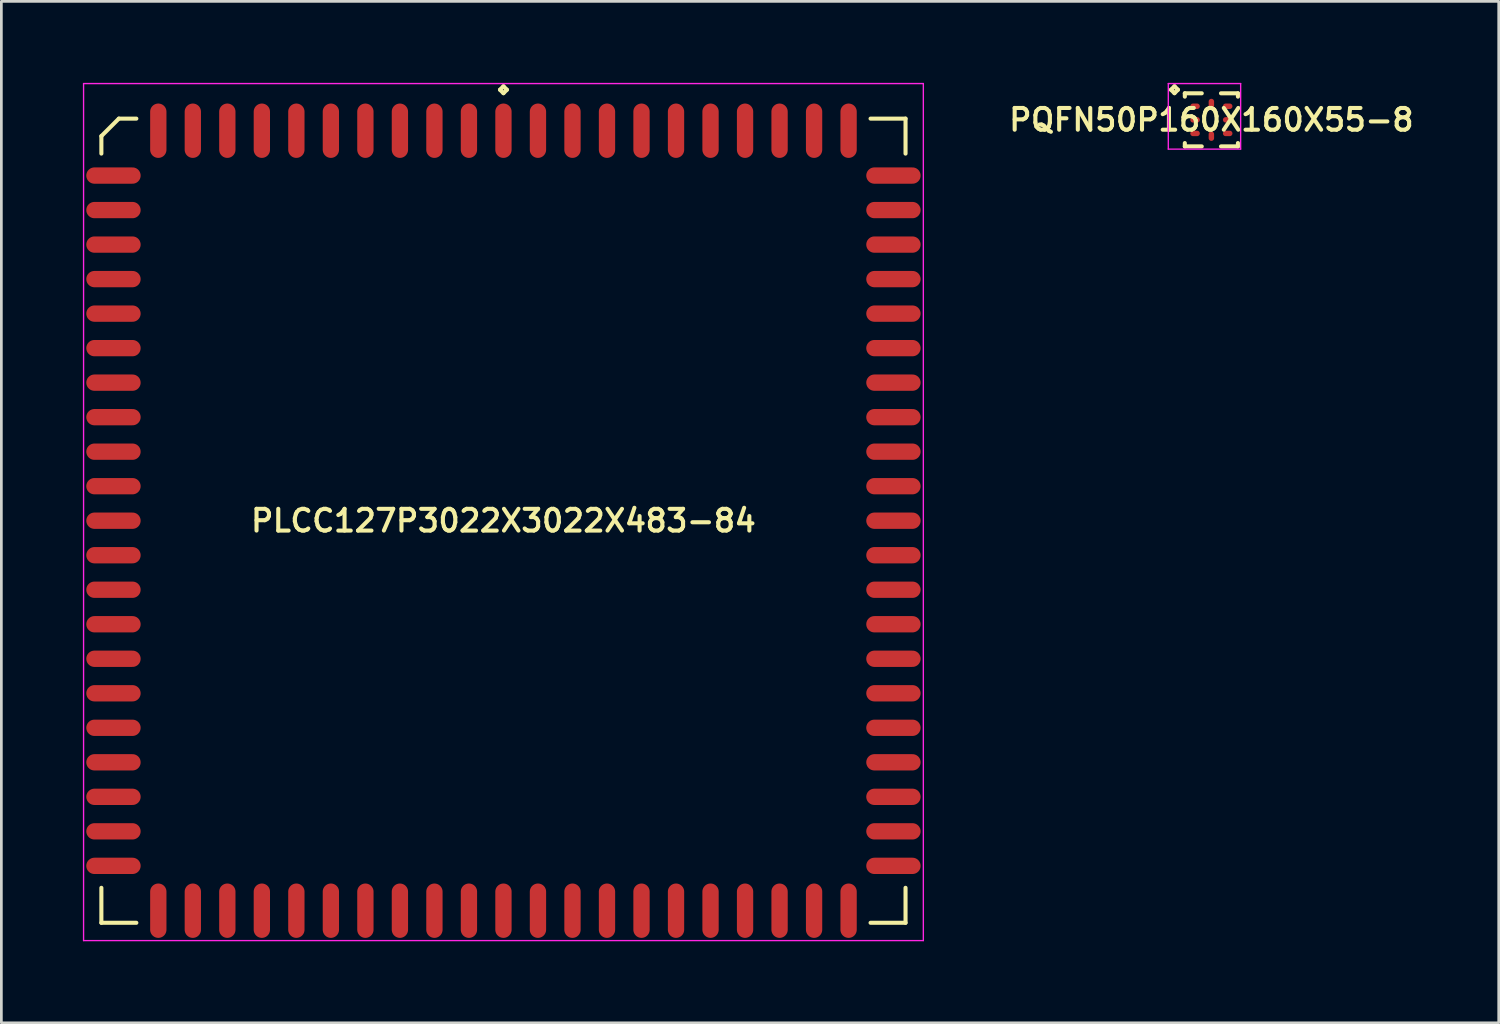
<source format=kicad_pcb>
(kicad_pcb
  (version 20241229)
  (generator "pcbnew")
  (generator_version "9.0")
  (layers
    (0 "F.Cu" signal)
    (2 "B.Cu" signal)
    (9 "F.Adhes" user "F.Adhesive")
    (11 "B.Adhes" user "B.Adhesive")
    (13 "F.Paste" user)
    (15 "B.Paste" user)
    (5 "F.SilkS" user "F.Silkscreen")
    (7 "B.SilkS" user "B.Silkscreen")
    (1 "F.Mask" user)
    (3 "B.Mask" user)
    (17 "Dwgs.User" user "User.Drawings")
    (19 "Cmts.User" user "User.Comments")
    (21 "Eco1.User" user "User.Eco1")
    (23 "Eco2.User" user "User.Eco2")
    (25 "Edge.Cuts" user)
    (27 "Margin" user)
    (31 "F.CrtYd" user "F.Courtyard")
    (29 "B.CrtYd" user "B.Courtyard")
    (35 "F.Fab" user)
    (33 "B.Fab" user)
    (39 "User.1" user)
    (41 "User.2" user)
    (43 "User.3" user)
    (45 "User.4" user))
  (footprint "PQFN50P160X160X55-8"
    (layer "F.Cu")
    (at 41.524 1.36)
    (property "Reference" "PQFN50P160X160X55-8" (at 0 0 0) (layer "F.SilkS") (effects (font (size 0.8 0.8) (thickness 0.15))))
    (attr smd)
    (fp_line (start -1.485 -1.108) (end -1.358 -1.235) (stroke (width 0.15) (type solid)) (layer "F.SilkS"))
    (fp_line (start -1.358 -1.235) (end -1.231 -1.108) (stroke (width 0.15) (type solid)) (layer "F.SilkS"))
    (fp_line (start -1.358 -0.981) (end -1.485 -1.108) (stroke (width 0.15) (type solid)) (layer "F.SilkS"))
    (fp_line (start -1.231 -1.108) (end -1.358 -0.981) (stroke (width 0.15) (type solid)) (layer "F.SilkS"))
    (fp_line (start -0.977 -0.977) (end -0.354 -0.977) (stroke (width 0.15) (type solid)) (layer "F.SilkS"))
    (fp_line (start -0.977 -0.854) (end -0.977 -0.977) (stroke (width 0.15) (type solid)) (layer "F.SilkS"))
    (fp_line (start -0.977 0.854) (end -0.977 0.977) (stroke (width 0.15) (type solid)) (layer "F.SilkS"))
    (fp_line (start -0.977 0.977) (end -0.354 0.977) (stroke (width 0.15) (type solid)) (layer "F.SilkS"))
    (fp_line (start 0.354 -0.977) (end 0.977 -0.977) (stroke (width 0.15) (type solid)) (layer "F.SilkS"))
    (fp_line (start 0.354 0.977) (end 0.977 0.977) (stroke (width 0.15) (type solid)) (layer "F.SilkS"))
    (fp_line (start 0.977 -0.977) (end 0.977 -0.854) (stroke (width 0.15) (type solid)) (layer "F.SilkS"))
    (fp_line (start 0.977 0.977) (end 0.977 0.854) (stroke (width 0.15) (type solid)) (layer "F.SilkS"))
    (fp_line (start -1.585 -1.335) (end 1.077 -1.335) (stroke (width 0.05) (type solid)) (layer "F.CrtYd"))
    (fp_line (start -1.585 1.077) (end -1.585 -1.335) (stroke (width 0.05) (type solid)) (layer "F.CrtYd"))
    (fp_line (start 1.077 -1.335) (end 1.077 1.077) (stroke (width 0.05) (type solid)) (layer "F.CrtYd"))
    (fp_line (start 1.077 1.077) (end -1.585 1.077) (stroke (width 0.05) (type solid)) (layer "F.CrtYd"))
    (pad "1" smd oval (at -0.6 -0.5) (size 0.35 0.2) (layers "F.Cu" "F.Mask" "F.Paste"))
    (pad "2" smd oval (at -0.6 0) (size 0.35 0.2) (layers "F.Cu" "F.Mask" "F.Paste"))
    (pad "3" smd oval (at -0.6 0.5) (size 0.35 0.2) (layers "F.Cu" "F.Mask" "F.Paste"))
    (pad "4" smd oval (at 0 0.6) (size 0.2 0.35) (layers "F.Cu" "F.Mask" "F.Paste"))
    (pad "5" smd oval (at 0.6 0.5) (size 0.35 0.2) (layers "F.Cu" "F.Mask" "F.Paste"))
    (pad "6" smd oval (at 0.6 0) (size 0.35 0.2) (layers "F.Cu" "F.Mask" "F.Paste"))
    (pad "7" smd oval (at 0.6 -0.5) (size 0.35 0.2) (layers "F.Cu" "F.Mask" "F.Paste"))
    (pad "8" smd oval (at 0 -0.6) (size 0.2 0.35) (layers "F.Cu" "F.Mask" "F.Paste")))
  (footprint "PLCC127P3022X3022X483-84"
    (layer "F.Cu")
    (at 15.475 16.11)
    (property "Reference" "PLCC127P3022X3022X483-84" (at 0 0 0) (layer "F.SilkS") (effects (font (size 0.8 0.8) (thickness 0.15))))
    (attr smd)
    (fp_line (start -14.795 -14.152) (end -14.152 -14.795) (stroke (width 0.15) (type solid)) (layer "F.SilkS"))
    (fp_line (start -14.795 -13.508) (end -14.795 -14.152) (stroke (width 0.15) (type solid)) (layer "F.SilkS"))
    (fp_line (start -14.795 13.508) (end -14.795 14.795) (stroke (width 0.15) (type solid)) (layer "F.SilkS"))
    (fp_line (start -14.795 14.795) (end -13.508 14.795) (stroke (width 0.15) (type solid)) (layer "F.SilkS"))
    (fp_line (start -14.152 -14.795) (end -13.508 -14.795) (stroke (width 0.15) (type solid)) (layer "F.SilkS"))
    (fp_line (start -0.127 -15.858) (end 0 -15.985) (stroke (width 0.15) (type solid)) (layer "F.SilkS"))
    (fp_line (start 0 -15.985) (end 0.127 -15.858) (stroke (width 0.15) (type solid)) (layer "F.SilkS"))
    (fp_line (start 0 -15.731) (end -0.127 -15.858) (stroke (width 0.15) (type solid)) (layer "F.SilkS"))
    (fp_line (start 0.127 -15.858) (end 0 -15.731) (stroke (width 0.15) (type solid)) (layer "F.SilkS"))
    (fp_line (start 14.795 -14.795) (end 13.508 -14.795) (stroke (width 0.15) (type solid)) (layer "F.SilkS"))
    (fp_line (start 14.795 -13.508) (end 14.795 -14.795) (stroke (width 0.15) (type solid)) (layer "F.SilkS"))
    (fp_line (start 14.795 13.508) (end 14.795 14.795) (stroke (width 0.15) (type solid)) (layer "F.SilkS"))
    (fp_line (start 14.795 14.795) (end 13.508 14.795) (stroke (width 0.15) (type solid)) (layer "F.SilkS"))
    (fp_line (start -15.45 -16.085) (end 15.45 -16.085) (stroke (width 0.05) (type solid)) (layer "F.CrtYd"))
    (fp_line (start -15.45 15.45) (end -15.45 -16.085) (stroke (width 0.05) (type solid)) (layer "F.CrtYd"))
    (fp_line (start 15.45 -16.085) (end 15.45 15.45) (stroke (width 0.05) (type solid)) (layer "F.CrtYd"))
    (fp_line (start 15.45 15.45) (end -15.45 15.45) (stroke (width 0.05) (type solid)) (layer "F.CrtYd"))
    (pad "1" smd oval (at 0 -14.35) (size 0.6 2) (layers "F.Cu" "F.Mask" "F.Paste"))
    (pad "2" smd oval (at -1.27 -14.35) (size 0.6 2) (layers "F.Cu" "F.Mask" "F.Paste"))
    (pad "3" smd oval (at -2.54 -14.35) (size 0.6 2) (layers "F.Cu" "F.Mask" "F.Paste"))
    (pad "4" smd oval (at -3.81 -14.35) (size 0.6 2) (layers "F.Cu" "F.Mask" "F.Paste"))
    (pad "5" smd oval (at -5.08 -14.35) (size 0.6 2) (layers "F.Cu" "F.Mask" "F.Paste"))
    (pad "6" smd oval (at -6.35 -14.35) (size 0.6 2) (layers "F.Cu" "F.Mask" "F.Paste"))
    (pad "7" smd oval (at -7.62 -14.35) (size 0.6 2) (layers "F.Cu" "F.Mask" "F.Paste"))
    (pad "8" smd oval (at -8.89 -14.35) (size 0.6 2) (layers "F.Cu" "F.Mask" "F.Paste"))
    (pad "9" smd oval (at -10.16 -14.35) (size 0.6 2) (layers "F.Cu" "F.Mask" "F.Paste"))
    (pad "10" smd oval (at -11.43 -14.35) (size 0.6 2) (layers "F.Cu" "F.Mask" "F.Paste"))
    (pad "11" smd oval (at -12.7 -14.35) (size 0.6 2) (layers "F.Cu" "F.Mask" "F.Paste"))
    (pad "12" smd oval (at -14.35 -12.7) (size 2 0.6) (layers "F.Cu" "F.Mask" "F.Paste"))
    (pad "13" smd oval (at -14.35 -11.43) (size 2 0.6) (layers "F.Cu" "F.Mask" "F.Paste"))
    (pad "14" smd oval (at -14.35 -10.16) (size 2 0.6) (layers "F.Cu" "F.Mask" "F.Paste"))
    (pad "15" smd oval (at -14.35 -8.89) (size 2 0.6) (layers "F.Cu" "F.Mask" "F.Paste"))
    (pad "16" smd oval (at -14.35 -7.62) (size 2 0.6) (layers "F.Cu" "F.Mask" "F.Paste"))
    (pad "17" smd oval (at -14.35 -6.35) (size 2 0.6) (layers "F.Cu" "F.Mask" "F.Paste"))
    (pad "18" smd oval (at -14.35 -5.08) (size 2 0.6) (layers "F.Cu" "F.Mask" "F.Paste"))
    (pad "19" smd oval (at -14.35 -3.81) (size 2 0.6) (layers "F.Cu" "F.Mask" "F.Paste"))
    (pad "20" smd oval (at -14.35 -2.54) (size 2 0.6) (layers "F.Cu" "F.Mask" "F.Paste"))
    (pad "21" smd oval (at -14.35 -1.27) (size 2 0.6) (layers "F.Cu" "F.Mask" "F.Paste"))
    (pad "22" smd oval (at -14.35 0) (size 2 0.6) (layers "F.Cu" "F.Mask" "F.Paste"))
    (pad "23" smd oval (at -14.35 1.27) (size 2 0.6) (layers "F.Cu" "F.Mask" "F.Paste"))
    (pad "24" smd oval (at -14.35 2.54) (size 2 0.6) (layers "F.Cu" "F.Mask" "F.Paste"))
    (pad "25" smd oval (at -14.35 3.81) (size 2 0.6) (layers "F.Cu" "F.Mask" "F.Paste"))
    (pad "26" smd oval (at -14.35 5.08) (size 2 0.6) (layers "F.Cu" "F.Mask" "F.Paste"))
    (pad "27" smd oval (at -14.35 6.35) (size 2 0.6) (layers "F.Cu" "F.Mask" "F.Paste"))
    (pad "28" smd oval (at -14.35 7.62) (size 2 0.6) (layers "F.Cu" "F.Mask" "F.Paste"))
    (pad "29" smd oval (at -14.35 8.89) (size 2 0.6) (layers "F.Cu" "F.Mask" "F.Paste"))
    (pad "30" smd oval (at -14.35 10.16) (size 2 0.6) (layers "F.Cu" "F.Mask" "F.Paste"))
    (pad "31" smd oval (at -14.35 11.43) (size 2 0.6) (layers "F.Cu" "F.Mask" "F.Paste"))
    (pad "32" smd oval (at -14.35 12.7) (size 2 0.6) (layers "F.Cu" "F.Mask" "F.Paste"))
    (pad "33" smd oval (at -12.7 14.35) (size 0.6 2) (layers "F.Cu" "F.Mask" "F.Paste"))
    (pad "34" smd oval (at -11.43 14.35) (size 0.6 2) (layers "F.Cu" "F.Mask" "F.Paste"))
    (pad "35" smd oval (at -10.16 14.35) (size 0.6 2) (layers "F.Cu" "F.Mask" "F.Paste"))
    (pad "36" smd oval (at -8.89 14.35) (size 0.6 2) (layers "F.Cu" "F.Mask" "F.Paste"))
    (pad "37" smd oval (at -7.62 14.35) (size 0.6 2) (layers "F.Cu" "F.Mask" "F.Paste"))
    (pad "38" smd oval (at -6.35 14.35) (size 0.6 2) (layers "F.Cu" "F.Mask" "F.Paste"))
    (pad "39" smd oval (at -5.08 14.35) (size 0.6 2) (layers "F.Cu" "F.Mask" "F.Paste"))
    (pad "40" smd oval (at -3.81 14.35) (size 0.6 2) (layers "F.Cu" "F.Mask" "F.Paste"))
    (pad "41" smd oval (at -2.54 14.35) (size 0.6 2) (layers "F.Cu" "F.Mask" "F.Paste"))
    (pad "42" smd oval (at -1.27 14.35) (size 0.6 2) (layers "F.Cu" "F.Mask" "F.Paste"))
    (pad "43" smd oval (at 0 14.35) (size 0.6 2) (layers "F.Cu" "F.Mask" "F.Paste"))
    (pad "44" smd oval (at 1.27 14.35) (size 0.6 2) (layers "F.Cu" "F.Mask" "F.Paste"))
    (pad "45" smd oval (at 2.54 14.35) (size 0.6 2) (layers "F.Cu" "F.Mask" "F.Paste"))
    (pad "46" smd oval (at 3.81 14.35) (size 0.6 2) (layers "F.Cu" "F.Mask" "F.Paste"))
    (pad "47" smd oval (at 5.08 14.35) (size 0.6 2) (layers "F.Cu" "F.Mask" "F.Paste"))
    (pad "48" smd oval (at 6.35 14.35) (size 0.6 2) (layers "F.Cu" "F.Mask" "F.Paste"))
    (pad "49" smd oval (at 7.62 14.35) (size 0.6 2) (layers "F.Cu" "F.Mask" "F.Paste"))
    (pad "50" smd oval (at 8.89 14.35) (size 0.6 2) (layers "F.Cu" "F.Mask" "F.Paste"))
    (pad "51" smd oval (at 10.16 14.35) (size 0.6 2) (layers "F.Cu" "F.Mask" "F.Paste"))
    (pad "52" smd oval (at 11.43 14.35) (size 0.6 2) (layers "F.Cu" "F.Mask" "F.Paste"))
    (pad "53" smd oval (at 12.7 14.35) (size 0.6 2) (layers "F.Cu" "F.Mask" "F.Paste"))
    (pad "54" smd oval (at 14.35 12.7) (size 2 0.6) (layers "F.Cu" "F.Mask" "F.Paste"))
    (pad "55" smd oval (at 14.35 11.43) (size 2 0.6) (layers "F.Cu" "F.Mask" "F.Paste"))
    (pad "56" smd oval (at 14.35 10.16) (size 2 0.6) (layers "F.Cu" "F.Mask" "F.Paste"))
    (pad "57" smd oval (at 14.35 8.89) (size 2 0.6) (layers "F.Cu" "F.Mask" "F.Paste"))
    (pad "58" smd oval (at 14.35 7.62) (size 2 0.6) (layers "F.Cu" "F.Mask" "F.Paste"))
    (pad "59" smd oval (at 14.35 6.35) (size 2 0.6) (layers "F.Cu" "F.Mask" "F.Paste"))
    (pad "60" smd oval (at 14.35 5.08) (size 2 0.6) (layers "F.Cu" "F.Mask" "F.Paste"))
    (pad "61" smd oval (at 14.35 3.81) (size 2 0.6) (layers "F.Cu" "F.Mask" "F.Paste"))
    (pad "62" smd oval (at 14.35 2.54) (size 2 0.6) (layers "F.Cu" "F.Mask" "F.Paste"))
    (pad "63" smd oval (at 14.35 1.27) (size 2 0.6) (layers "F.Cu" "F.Mask" "F.Paste"))
    (pad "64" smd oval (at 14.35 0) (size 2 0.6) (layers "F.Cu" "F.Mask" "F.Paste"))
    (pad "65" smd oval (at 14.35 -1.27) (size 2 0.6) (layers "F.Cu" "F.Mask" "F.Paste"))
    (pad "66" smd oval (at 14.35 -2.54) (size 2 0.6) (layers "F.Cu" "F.Mask" "F.Paste"))
    (pad "67" smd oval (at 14.35 -3.81) (size 2 0.6) (layers "F.Cu" "F.Mask" "F.Paste"))
    (pad "68" smd oval (at 14.35 -5.08) (size 2 0.6) (layers "F.Cu" "F.Mask" "F.Paste"))
    (pad "69" smd oval (at 14.35 -6.35) (size 2 0.6) (layers "F.Cu" "F.Mask" "F.Paste"))
    (pad "70" smd oval (at 14.35 -7.62) (size 2 0.6) (layers "F.Cu" "F.Mask" "F.Paste"))
    (pad "71" smd oval (at 14.35 -8.89) (size 2 0.6) (layers "F.Cu" "F.Mask" "F.Paste"))
    (pad "72" smd oval (at 14.35 -10.16) (size 2 0.6) (layers "F.Cu" "F.Mask" "F.Paste"))
    (pad "73" smd oval (at 14.35 -11.43) (size 2 0.6) (layers "F.Cu" "F.Mask" "F.Paste"))
    (pad "74" smd oval (at 14.35 -12.7) (size 2 0.6) (layers "F.Cu" "F.Mask" "F.Paste"))
    (pad "75" smd oval (at 12.7 -14.35) (size 0.6 2) (layers "F.Cu" "F.Mask" "F.Paste"))
    (pad "76" smd oval (at 11.43 -14.35) (size 0.6 2) (layers "F.Cu" "F.Mask" "F.Paste"))
    (pad "77" smd oval (at 10.16 -14.35) (size 0.6 2) (layers "F.Cu" "F.Mask" "F.Paste"))
    (pad "78" smd oval (at 8.89 -14.35) (size 0.6 2) (layers "F.Cu" "F.Mask" "F.Paste"))
    (pad "79" smd oval (at 7.62 -14.35) (size 0.6 2) (layers "F.Cu" "F.Mask" "F.Paste"))
    (pad "80" smd oval (at 6.35 -14.35) (size 0.6 2) (layers "F.Cu" "F.Mask" "F.Paste"))
    (pad "81" smd oval (at 5.08 -14.35) (size 0.6 2) (layers "F.Cu" "F.Mask" "F.Paste"))
    (pad "82" smd oval (at 3.81 -14.35) (size 0.6 2) (layers "F.Cu" "F.Mask" "F.Paste"))
    (pad "83" smd oval (at 2.54 -14.35) (size 0.6 2) (layers "F.Cu" "F.Mask" "F.Paste"))
    (pad "84" smd oval (at 1.27 -14.35) (size 0.6 2) (layers "F.Cu" "F.Mask" "F.Paste")))
  (gr_rect
    (start -3 -3)
    (end 52.097 34.585)
    (stroke (width 0.1) (type default))
    (fill no)
    (layer "Edge.Cuts")))
</source>
